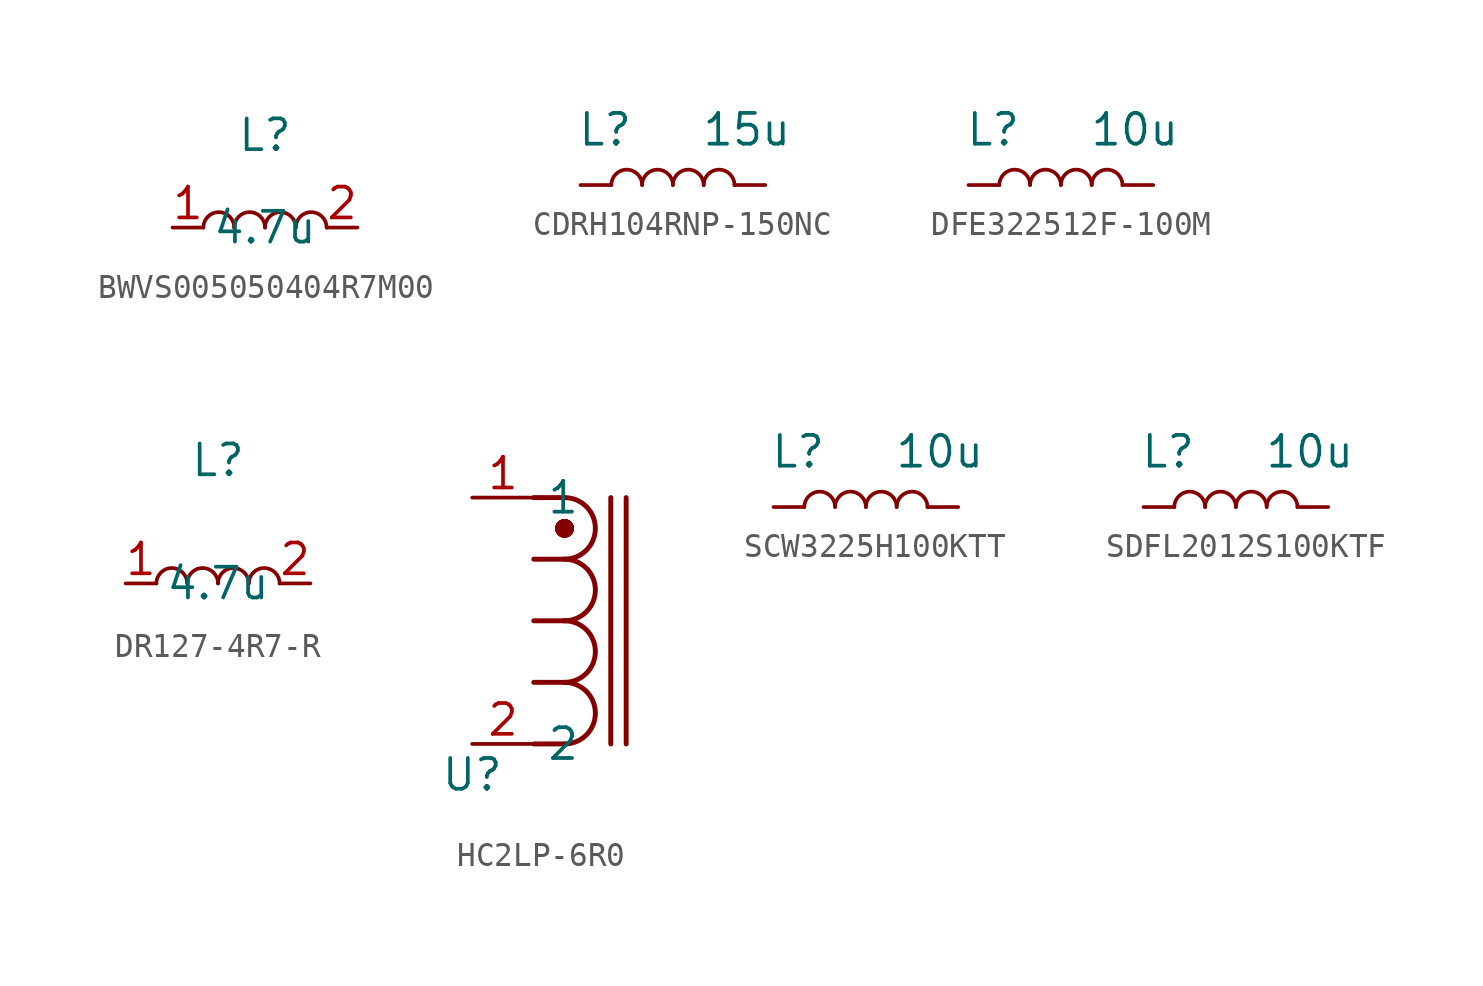
<source format=kicad_sym>
(kicad_symbol_lib
  (version 20241209)
  (generator "kicad_symbol_editor")
  (generator_version "9.0")
  (symbol "BWVS005050404R7M00"
    (property "Reference" "L"
      (at 0 3.81 0)
      (effects (font (size 1.27 1.27))))
    (property "Value" "4.7u"
      (at 0 0 0)
      (effects (font (size 1.27 1.27))))
    (symbol "BWVS005050404R7M00_0_1"
      (arc (start -2.54 0) (mid -1.905 0.6323) (end -1.27 0) (stroke (width 0) (type default)) (fill (type none)))
      (arc (start -1.27 0) (mid -0.635 0.6323) (end 0 0) (stroke (width 0) (type default)) (fill (type none)))
      (arc (start 0 0) (mid 0.635 0.6323) (end 1.27 0) (stroke (width 0) (type default)) (fill (type none)))
      (arc (start 1.27 0) (mid 1.905 0.6323) (end 2.54 0) (stroke (width 0) (type default)) (fill (type none))))
    (symbol "BWVS005050404R7M00_1_1"
      (pin passive line (at -3.81 0 0) (length 1.27) (name "" (effects (font (size 1.27 1.27)))) (number "1" (effects (font (size 1.27 1.27)))))
      (pin passive line (at 3.81 0 180) (length 1.27) (name "" (effects (font (size 1.27 1.27)))) (number "2" (effects (font (size 1.27 1.27)))))))
  (symbol "CDRH104RNP-150NC"
    (pin_numbers
      (hide yes))
    (pin_names
      (offset 1.016)
      (hide yes))
    (property "Reference" "L"
      (at -2.794 2.286 0)
      (effects (font (size 1.27 1.27))))
    (property "Value" "15u"
      (at 3.048 2.286 0)
      (effects (font (size 1.27 1.27))))
    (symbol "CDRH104RNP-150NC_0_1"
      (arc (start -2.54 0) (mid -1.905 0.6323) (end -1.27 0) (stroke (width 0) (type default)) (fill (type none)))
      (arc (start -1.27 0) (mid -0.635 0.6323) (end 0 0) (stroke (width 0) (type default)) (fill (type none)))
      (arc (start 0 0) (mid 0.635 0.6323) (end 1.27 0) (stroke (width 0) (type default)) (fill (type none)))
      (arc (start 1.27 0) (mid 1.905 0.6323) (end 2.54 0) (stroke (width 0) (type default)) (fill (type none))))
    (symbol "CDRH104RNP-150NC_1_1"
      (pin passive line (at -3.81 0 0) (length 1.27) (name "1" (effects (font (size 1.27 1.27)))) (number "1" (effects (font (size 1.27 1.27)))))
      (pin passive line (at 3.81 0 180) (length 1.27) (name "2" (effects (font (size 1.27 1.27)))) (number "2" (effects (font (size 1.27 1.27)))))))
  (symbol "DFE322512F-100M"
    (pin_numbers
      (hide yes))
    (pin_names
      (offset 1.016)
      (hide yes))
    (property "Reference" "L"
      (at -2.794 2.286 0)
      (effects (font (size 1.27 1.27))))
    (property "Value" "10u"
      (at 3.048 2.286 0)
      (effects (font (size 1.27 1.27))))
    (symbol "DFE322512F-100M_0_1"
      (arc (start -2.54 0) (mid -1.905 0.6323) (end -1.27 0) (stroke (width 0) (type default)) (fill (type none)))
      (arc (start -1.27 0) (mid -0.635 0.6323) (end 0 0) (stroke (width 0) (type default)) (fill (type none)))
      (arc (start 0 0) (mid 0.635 0.6323) (end 1.27 0) (stroke (width 0) (type default)) (fill (type none)))
      (arc (start 1.27 0) (mid 1.905 0.6323) (end 2.54 0) (stroke (width 0) (type default)) (fill (type none))))
    (symbol "DFE322512F-100M_1_1"
      (pin passive line (at -3.81 0 0) (length 1.27) (name "1" (effects (font (size 1.27 1.27)))) (number "1" (effects (font (size 1.27 1.27)))))
      (pin passive line (at 3.81 0 180) (length 1.27) (name "2" (effects (font (size 1.27 1.27)))) (number "2" (effects (font (size 1.27 1.27)))))))
  (symbol "DR127-4R7-R"
    (property "Reference" "L"
      (at 0 5.08 0)
      (effects (font (size 1.27 1.27))))
    (property "Value" "4.7u"
      (at 0 0 0)
      (effects (font (size 1.27 1.27))))
    (symbol "DR127-4R7-R_0_1"
      (arc (start -2.54 0) (mid -1.905 0.6323) (end -1.27 0) (stroke (width 0) (type default)) (fill (type none)))
      (arc (start -1.27 0) (mid -0.635 0.6323) (end 0 0) (stroke (width 0) (type default)) (fill (type none)))
      (arc (start 0 0) (mid 0.635 0.6323) (end 1.27 0) (stroke (width 0) (type default)) (fill (type none)))
      (arc (start 1.27 0) (mid 1.905 0.6323) (end 2.54 0) (stroke (width 0) (type default)) (fill (type none))))
    (symbol "DR127-4R7-R_1_1"
      (pin passive line (at -3.81 0 0) (length 1.27) (name "" (effects (font (size 1.27 1.27)))) (number "1" (effects (font (size 1.27 1.27)))))
      (pin passive line (at 3.81 0 180) (length 1.27) (name "" (effects (font (size 1.27 1.27)))) (number "2" (effects (font (size 1.27 1.27)))))))
  (symbol "HC2LP-6R0"
    (property "Reference" "U"
      (at 0 0 0)
      (effects (font (size 1.27 1.27))))
    (property "Value" ""
      (at 0 0 0)
      (effects (font (size 1.27 1.27))))
    (symbol "HC2LP-6R0_1_1"
      (polyline (pts (xy 2.54 11.43) (xy 3.81 11.43)) (stroke (width 0.203) (type default)) (fill (type none)))
      (polyline (pts (xy 2.54 8.89) (xy 3.81 8.89)) (stroke (width 0.203) (type default)) (fill (type none)))
      (polyline (pts (xy 2.54 6.35) (xy 3.81 6.35)) (stroke (width 0.203) (type default)) (fill (type none)))
      (polyline (pts (xy 2.54 3.81) (xy 3.81 3.81)) (stroke (width 0.203) (type default)) (fill (type none)))
      (polyline (pts (xy 2.54 1.27) (xy 3.81 1.27)) (stroke (width 0.203) (type default)) (fill (type none)))
      (polyline (pts (xy 3.683 10.16) (xy 3.81 10.16)) (stroke (width 0.508) (type default)) (fill (type none)))
      (arc (start 3.81 11.43) (mid 5.0744 10.16) (end 3.81 8.89) (stroke (width 0.2032) (type default)) (fill (type none)))
      (arc (start 3.81 8.89) (mid 5.0744 7.62) (end 3.81 6.35) (stroke (width 0.2032) (type default)) (fill (type none)))
      (arc (start 3.81 6.35) (mid 5.0744 5.08) (end 3.81 3.81) (stroke (width 0.2032) (type default)) (fill (type none)))
      (arc (start 3.81 3.81) (mid 5.0744 2.54) (end 3.81 1.27) (stroke (width 0.2032) (type default)) (fill (type none)))
      (arc (start 3.81 10.414) (mid 4.064 10.16) (end 3.81 9.906) (stroke (width 0.254) (type default)) (fill (type none)))
      (arc (start 3.81 10.414) (mid 4.064 10.16) (end 3.81 9.906) (stroke (width 0.254) (type default)) (fill (type none)))
      (arc (start 3.81 10.414) (mid 4.064 10.16) (end 3.81 9.906) (stroke (width 0.254) (type default)) (fill (type none)))
      (arc (start 3.81 10.414) (mid 4.064 10.16) (end 3.81 9.906) (stroke (width 0.254) (type default)) (fill (type none)))
      (arc (start 3.81 10.414) (mid 4.064 10.16) (end 3.81 9.906) (stroke (width 0.254) (type default)) (fill (type none)))
      (arc (start 3.81 10.414) (mid 4.064 10.16) (end 3.81 9.906) (stroke (width 0.254) (type default)) (fill (type none)))
      (arc (start 3.81 10.414) (mid 4.064 10.16) (end 3.81 9.906) (stroke (width 0.254) (type default)) (fill (type none)))
      (arc (start 3.81 9.906) (mid 3.556 10.16) (end 3.81 10.414) (stroke (width 0.254) (type default)) (fill (type none)))
      (arc (start 3.81 9.906) (mid 3.556 10.16) (end 3.81 10.414) (stroke (width 0.254) (type default)) (fill (type none)))
      (arc (start 3.81 9.906) (mid 3.556 10.16) (end 3.81 10.414) (stroke (width 0.254) (type default)) (fill (type none)))
      (arc (start 3.81 9.906) (mid 3.556 10.16) (end 3.81 10.414) (stroke (width 0.254) (type default)) (fill (type none)))
      (arc (start 3.81 9.906) (mid 3.556 10.16) (end 3.81 10.414) (stroke (width 0.254) (type default)) (fill (type none)))
      (arc (start 3.81 9.906) (mid 3.556 10.16) (end 3.81 10.414) (stroke (width 0.254) (type default)) (fill (type none)))
      (arc (start 3.81 9.906) (mid 3.556 10.16) (end 3.81 10.414) (stroke (width 0.254) (type default)) (fill (type none)))
      (polyline (pts (xy 5.715 11.43) (xy 5.715 1.27)) (stroke (width 0.203) (type default)) (fill (type none)))
      (polyline (pts (xy 6.35 11.43) (xy 6.35 1.27)) (stroke (width 0.203) (type default)) (fill (type none)))
      (pin unspecified line (at 0 11.43 0) (length 2.54) (name "1" (effects (font (size 1.27 1.27)))) (number "1" (effects (font (size 1.27 1.27)))))
      (pin unspecified line (at 0 1.27 0) (length 2.54) (name "2" (effects (font (size 1.27 1.27)))) (number "2" (effects (font (size 1.27 1.27)))))))
  (symbol "SCW3225H100KTT"
    (pin_numbers
      (hide yes))
    (pin_names
      (offset 1.016)
      (hide yes))
    (property "Reference" "L"
      (at -2.794 2.286 0)
      (effects (font (size 1.27 1.27))))
    (property "Value" "10u"
      (at 3.048 2.286 0)
      (effects (font (size 1.27 1.27))))
    (symbol "SCW3225H100KTT_0_1"
      (arc (start -2.54 0) (mid -1.905 0.6323) (end -1.27 0) (stroke (width 0) (type default)) (fill (type none)))
      (arc (start -1.27 0) (mid -0.635 0.6323) (end 0 0) (stroke (width 0) (type default)) (fill (type none)))
      (arc (start 0 0) (mid 0.635 0.6323) (end 1.27 0) (stroke (width 0) (type default)) (fill (type none)))
      (arc (start 1.27 0) (mid 1.905 0.6323) (end 2.54 0) (stroke (width 0) (type default)) (fill (type none))))
    (symbol "SCW3225H100KTT_1_1"
      (pin passive line (at -3.81 0 0) (length 1.27) (name "1" (effects (font (size 1.27 1.27)))) (number "1" (effects (font (size 1.27 1.27)))))
      (pin passive line (at 3.81 0 180) (length 1.27) (name "2" (effects (font (size 1.27 1.27)))) (number "2" (effects (font (size 1.27 1.27)))))))
  (symbol "SDFL2012S100KTF"
    (pin_numbers
      (hide yes))
    (pin_names
      (offset 1.016)
      (hide yes))
    (property "Reference" "L"
      (at -2.794 2.286 0)
      (effects (font (size 1.27 1.27))))
    (property "Value" "10u"
      (at 3.048 2.286 0)
      (effects (font (size 1.27 1.27))))
    (symbol "SDFL2012S100KTF_0_1"
      (arc (start -2.54 0) (mid -1.905 0.6323) (end -1.27 0) (stroke (width 0) (type default)) (fill (type none)))
      (arc (start -1.27 0) (mid -0.635 0.6323) (end 0 0) (stroke (width 0) (type default)) (fill (type none)))
      (arc (start 0 0) (mid 0.635 0.6323) (end 1.27 0) (stroke (width 0) (type default)) (fill (type none)))
      (arc (start 1.27 0) (mid 1.905 0.6323) (end 2.54 0) (stroke (width 0) (type default)) (fill (type none))))
    (symbol "SDFL2012S100KTF_1_1"
      (pin passive line (at -3.81 0 0) (length 1.27) (name "1" (effects (font (size 1.27 1.27)))) (number "1" (effects (font (size 1.27 1.27)))))
      (pin passive line (at 3.81 0 180) (length 1.27) (name "2" (effects (font (size 1.27 1.27)))) (number "2" (effects (font (size 1.27 1.27))))))))
</source>
